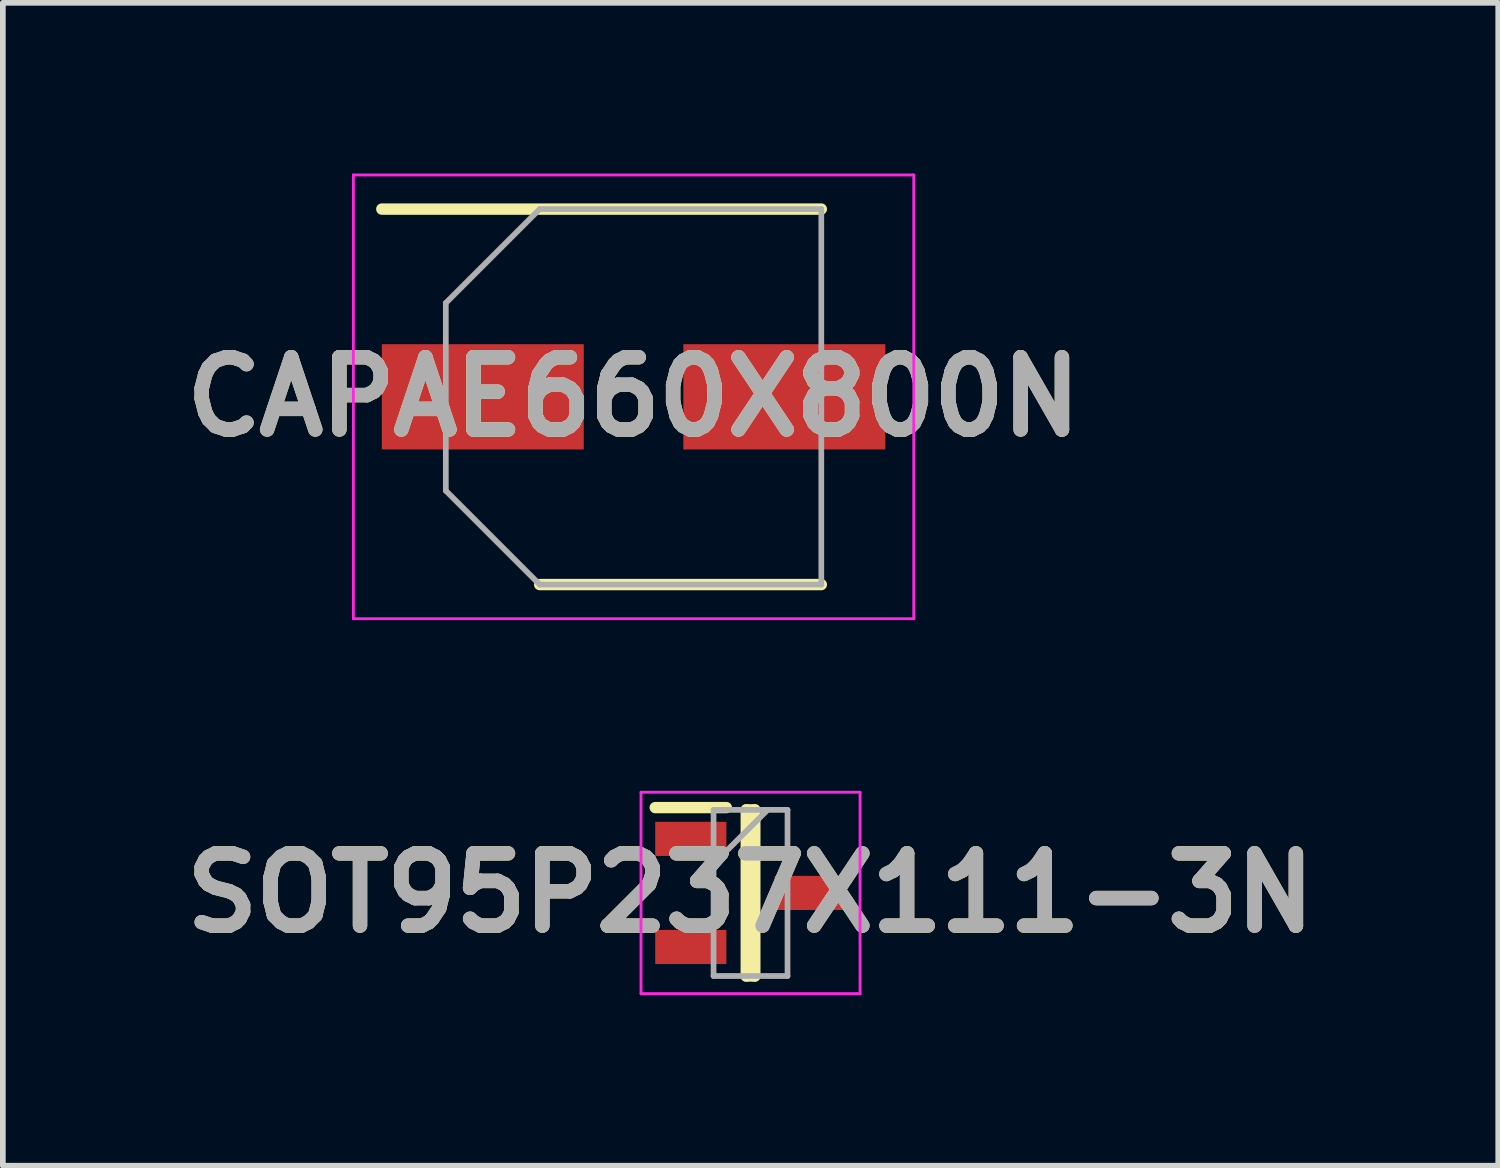
<source format=kicad_pcb>
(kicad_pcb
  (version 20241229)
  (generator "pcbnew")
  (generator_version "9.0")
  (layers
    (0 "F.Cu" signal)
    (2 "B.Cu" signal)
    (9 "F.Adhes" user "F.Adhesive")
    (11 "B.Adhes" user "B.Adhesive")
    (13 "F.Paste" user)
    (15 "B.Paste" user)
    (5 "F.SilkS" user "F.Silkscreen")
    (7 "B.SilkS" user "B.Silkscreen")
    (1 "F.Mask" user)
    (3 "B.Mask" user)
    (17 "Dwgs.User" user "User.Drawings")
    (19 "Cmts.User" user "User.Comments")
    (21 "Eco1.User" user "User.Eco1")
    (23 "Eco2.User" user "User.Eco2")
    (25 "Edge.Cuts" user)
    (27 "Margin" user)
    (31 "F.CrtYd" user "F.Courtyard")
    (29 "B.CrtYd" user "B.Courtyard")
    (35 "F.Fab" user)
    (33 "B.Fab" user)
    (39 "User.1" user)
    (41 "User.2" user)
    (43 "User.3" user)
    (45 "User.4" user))
  (footprint "SOT95P237X111-3N"
    (layer "F.Cu")
    (at 10.142 12.645)
    (property "Reference" "SOT95P237X111-3N" (at 0 0 0) (layer "F.SilkS") (effects (font (size 1.27 1.27) (thickness 0.254))))
    (attr smd)
    (fp_line (start -1.675 -1.5) (end -0.425 -1.5) (stroke (width 0.2) (type solid)) (layer "F.SilkS"))
    (fp_line (start -0.075 -1.46) (end 0.075 -1.46) (stroke (width 0.2) (type solid)) (layer "F.SilkS"))
    (fp_line (start -0.075 1.46) (end -0.075 -1.46) (stroke (width 0.2) (type solid)) (layer "F.SilkS"))
    (fp_line (start 0.075 -1.46) (end 0.075 1.46) (stroke (width 0.2) (type solid)) (layer "F.SilkS"))
    (fp_line (start 0.075 1.46) (end -0.075 1.46) (stroke (width 0.2) (type solid)) (layer "F.SilkS"))
    (fp_line (start -1.925 -1.77) (end 1.925 -1.77) (stroke (width 0.05) (type solid)) (layer "F.CrtYd"))
    (fp_line (start -1.925 1.77) (end -1.925 -1.77) (stroke (width 0.05) (type solid)) (layer "F.CrtYd"))
    (fp_line (start 1.925 -1.77) (end 1.925 1.77) (stroke (width 0.05) (type solid)) (layer "F.CrtYd"))
    (fp_line (start 1.925 1.77) (end -1.925 1.77) (stroke (width 0.05) (type solid)) (layer "F.CrtYd"))
    (fp_line (start -0.65 -1.46) (end 0.65 -1.46) (stroke (width 0.1) (type solid)) (layer "F.Fab"))
    (fp_line (start -0.65 -0.51) (end 0.3 -1.46) (stroke (width 0.1) (type solid)) (layer "F.Fab"))
    (fp_line (start -0.65 1.46) (end -0.65 -1.46) (stroke (width 0.1) (type solid)) (layer "F.Fab"))
    (fp_line (start 0.65 -1.46) (end 0.65 1.46) (stroke (width 0.1) (type solid)) (layer "F.Fab"))
    (fp_line (start 0.65 1.46) (end -0.65 1.46) (stroke (width 0.1) (type solid)) (layer "F.Fab"))
    (fp_text user "${REFERENCE}" (at 0 0 0) (layer "F.Fab") (effects (font (size 1.27 1.27) (thickness 0.254))))
    (pad "1" smd rect (at -1.05 -0.95 90) (size 0.6 1.25) (layers "F.Cu" "F.Mask" "F.Paste"))
    (pad "2" smd rect (at -1.05 0.95 90) (size 0.6 1.25) (layers "F.Cu" "F.Mask" "F.Paste"))
    (pad "3" smd rect (at 1.05 0 90) (size 0.6 1.25) (layers "F.Cu" "F.Mask" "F.Paste")))
  (footprint "CAPAE660X800N"
    (layer "F.Cu")
    (at 8.086 3.925)
    (property "Reference" "CAPAE660X800N" (at 0 0 0) (layer "F.SilkS") (effects (font (size 1.27 1.27) (thickness 0.254))))
    (attr smd)
    (fp_line (start -4.425 -3.3) (end 3.3 -3.3) (stroke (width 0.2) (type solid)) (layer "F.SilkS"))
    (fp_line (start -1.65 3.3) (end 3.3 3.3) (stroke (width 0.2) (type solid)) (layer "F.SilkS"))
    (fp_line (start -4.925 -3.9) (end 4.925 -3.9) (stroke (width 0.05) (type solid)) (layer "F.CrtYd"))
    (fp_line (start -4.925 3.9) (end -4.925 -3.9) (stroke (width 0.05) (type solid)) (layer "F.CrtYd"))
    (fp_line (start 4.925 -3.9) (end 4.925 3.9) (stroke (width 0.05) (type solid)) (layer "F.CrtYd"))
    (fp_line (start 4.925 3.9) (end -4.925 3.9) (stroke (width 0.05) (type solid)) (layer "F.CrtYd"))
    (fp_line (start -3.3 -1.65) (end -3.3 1.65) (stroke (width 0.1) (type solid)) (layer "F.Fab"))
    (fp_line (start -3.3 1.65) (end -1.65 3.3) (stroke (width 0.1) (type solid)) (layer "F.Fab"))
    (fp_line (start -1.65 -3.3) (end -3.3 -1.65) (stroke (width 0.1) (type solid)) (layer "F.Fab"))
    (fp_line (start -1.65 3.3) (end 3.3 3.3) (stroke (width 0.1) (type solid)) (layer "F.Fab"))
    (fp_line (start 3.3 -3.3) (end -1.65 -3.3) (stroke (width 0.1) (type solid)) (layer "F.Fab"))
    (fp_line (start 3.3 3.3) (end 3.3 -3.3) (stroke (width 0.1) (type solid)) (layer "F.Fab"))
    (fp_text user "${REFERENCE}" (at 0 0 0) (layer "F.Fab") (effects (font (size 1.27 1.27) (thickness 0.254))))
    (pad "1" smd rect (at -2.65 0 90) (size 1.85 3.55) (layers "F.Cu" "F.Mask" "F.Paste"))
    (pad "2" smd rect (at 2.65 0 90) (size 1.85 3.55) (layers "F.Cu" "F.Mask" "F.Paste")))
  (gr_rect
    (start -3 -3)
    (end 23.284 17.44)
    (stroke (width 0.1) (type default))
    (fill no)
    (layer "Edge.Cuts")))
</source>
